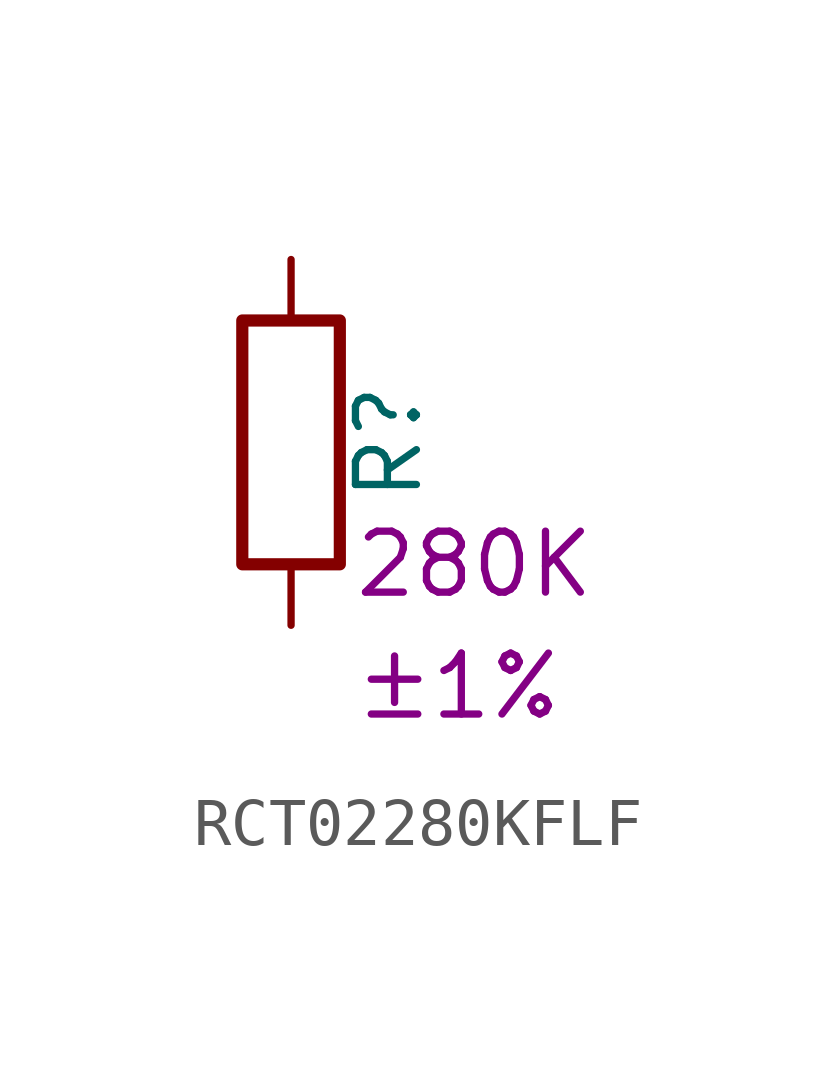
<source format=kicad_sym>
(kicad_symbol_lib
  (version 20220914)
  (generator kicad_symbol_editor)
  (symbol "RCT02280KFLF"
    (pin_numbers hide)
    (pin_names
      (offset 0))
    (property "Reference" "R"
      (at 2.032 0 90)
      (effects (font (size 1.27 1.27))))
    (property "Resistance" "280K"
      (at 1.27 -2.54 0)
      (effects (font (size 1.27 1.27)) (justify left)))
    (property "Tolerance" "±1%"
      (at 1.27 -5.08 0)
      (effects (font (size 1.27 1.27)) (justify left)))
    (symbol "RCT02280KFLF_0_1"
      (rectangle (start -1.016 -2.54) (end 1.016 2.54) (stroke (width 0.254) (type default)) (fill (type none))))
    (symbol "RCT02280KFLF_1_1"
      (pin passive line (at 0 3.81 270) (length 1.27) (name "~" (effects (font (size 1.27 1.27)))) (number "1" (effects (font (size 1.27 1.27)))))
      (pin passive line (at 0 -3.81 90) (length 1.27) (name "~" (effects (font (size 1.27 1.27)))) (number "2" (effects (font (size 1.27 1.27))))))))
</source>
